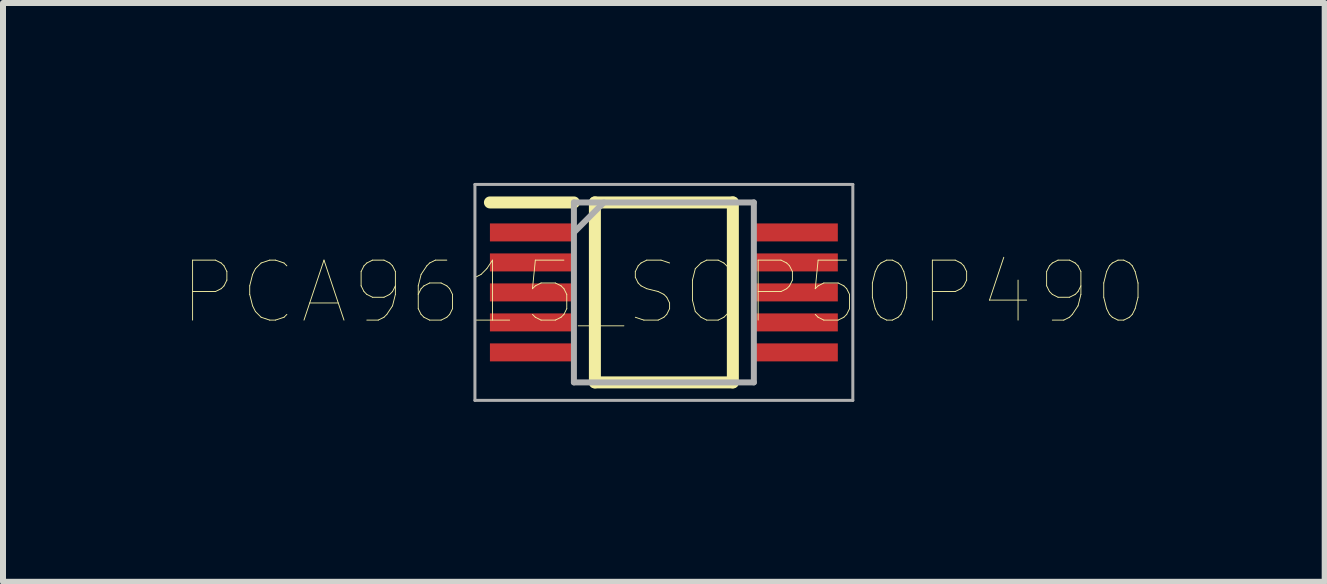
<source format=kicad_pcb>
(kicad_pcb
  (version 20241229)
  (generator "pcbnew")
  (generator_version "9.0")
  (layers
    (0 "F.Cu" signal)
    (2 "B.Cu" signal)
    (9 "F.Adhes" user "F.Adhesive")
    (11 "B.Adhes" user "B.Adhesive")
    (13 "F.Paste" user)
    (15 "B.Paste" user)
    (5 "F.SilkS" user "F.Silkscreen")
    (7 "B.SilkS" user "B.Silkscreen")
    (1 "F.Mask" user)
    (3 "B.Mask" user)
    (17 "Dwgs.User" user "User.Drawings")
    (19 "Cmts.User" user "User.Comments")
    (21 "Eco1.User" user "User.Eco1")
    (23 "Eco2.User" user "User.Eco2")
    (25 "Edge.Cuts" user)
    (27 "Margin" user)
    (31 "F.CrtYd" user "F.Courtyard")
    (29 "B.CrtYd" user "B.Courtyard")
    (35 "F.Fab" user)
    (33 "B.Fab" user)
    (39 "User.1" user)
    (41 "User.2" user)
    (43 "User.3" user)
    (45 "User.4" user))
  (footprint "PCA9615_SOP50P490"
    (layer "F.Cu")
    (at 8.018 1.825)
    (property "Reference" "PCA9615_SOP50P490" (at 0 0 0) (layer "F.SilkS") (effects (font (size 1 1) (thickness 0.015))))
    (attr through_hole)
    (fp_line (start -2.9 -1.5) (end -1.5 -1.5) (stroke (width 0.2) (type solid)) (layer "F.SilkS"))
    (fp_line (start -1.15 -1.5) (end 1.15 -1.5) (stroke (width 0.2) (type solid)) (layer "F.SilkS"))
    (fp_line (start -1.15 1.5) (end -1.15 -1.5) (stroke (width 0.2) (type solid)) (layer "F.SilkS"))
    (fp_line (start 1.15 -1.5) (end 1.15 1.5) (stroke (width 0.2) (type solid)) (layer "F.SilkS"))
    (fp_line (start 1.15 1.5) (end -1.15 1.5) (stroke (width 0.2) (type solid)) (layer "F.SilkS"))
    (fp_line (start -3.15 -1.8) (end 3.15 -1.8) (stroke (width 0.05) (type solid)) (layer "F.Fab"))
    (fp_line (start -3.15 1.8) (end -3.15 -1.8) (stroke (width 0.05) (type solid)) (layer "F.Fab"))
    (fp_line (start -1.5 -1.5) (end 1.5 -1.5) (stroke (width 0.1) (type solid)) (layer "F.Fab"))
    (fp_line (start -1.5 -1) (end -1 -1.5) (stroke (width 0.1) (type solid)) (layer "F.Fab"))
    (fp_line (start -1.5 1.5) (end -1.5 -1.5) (stroke (width 0.1) (type solid)) (layer "F.Fab"))
    (fp_line (start 1.5 -1.5) (end 1.5 1.5) (stroke (width 0.1) (type solid)) (layer "F.Fab"))
    (fp_line (start 1.5 1.5) (end -1.5 1.5) (stroke (width 0.1) (type solid)) (layer "F.Fab"))
    (fp_line (start 3.15 -1.8) (end 3.15 1.8) (stroke (width 0.05) (type solid)) (layer "F.Fab"))
    (fp_line (start 3.15 1.8) (end -3.15 1.8) (stroke (width 0.05) (type solid)) (layer "F.Fab"))
    (pad "1" smd rect (at -2.2 -1) (size 1.4 0.3) (layers "F.Cu" "F.Mask" "F.Paste"))
    (pad "2" smd rect (at -2.2 -0.5) (size 1.4 0.3) (layers "F.Cu" "F.Mask" "F.Paste"))
    (pad "3" smd rect (at -2.2 0) (size 1.4 0.3) (layers "F.Cu" "F.Mask" "F.Paste"))
    (pad "4" smd rect (at -2.2 0.5) (size 1.4 0.3) (layers "F.Cu" "F.Mask" "F.Paste"))
    (pad "5" smd rect (at -2.2 1) (size 1.4 0.3) (layers "F.Cu" "F.Mask" "F.Paste"))
    (pad "6" smd rect (at 2.2 1) (size 1.4 0.3) (layers "F.Cu" "F.Mask" "F.Paste"))
    (pad "7" smd rect (at 2.2 0.5) (size 1.4 0.3) (layers "F.Cu" "F.Mask" "F.Paste"))
    (pad "8" smd rect (at 2.2 0) (size 1.4 0.3) (layers "F.Cu" "F.Mask" "F.Paste"))
    (pad "9" smd rect (at 2.2 -0.5) (size 1.4 0.3) (layers "F.Cu" "F.Mask" "F.Paste"))
    (pad "10" smd rect (at 2.2 -1) (size 1.4 0.3) (layers "F.Cu" "F.Mask" "F.Paste")))
  (gr_rect
    (start -3 -3)
    (end 19.035 6.65)
    (stroke (width 0.1) (type default))
    (fill no)
    (layer "Edge.Cuts")))
</source>
